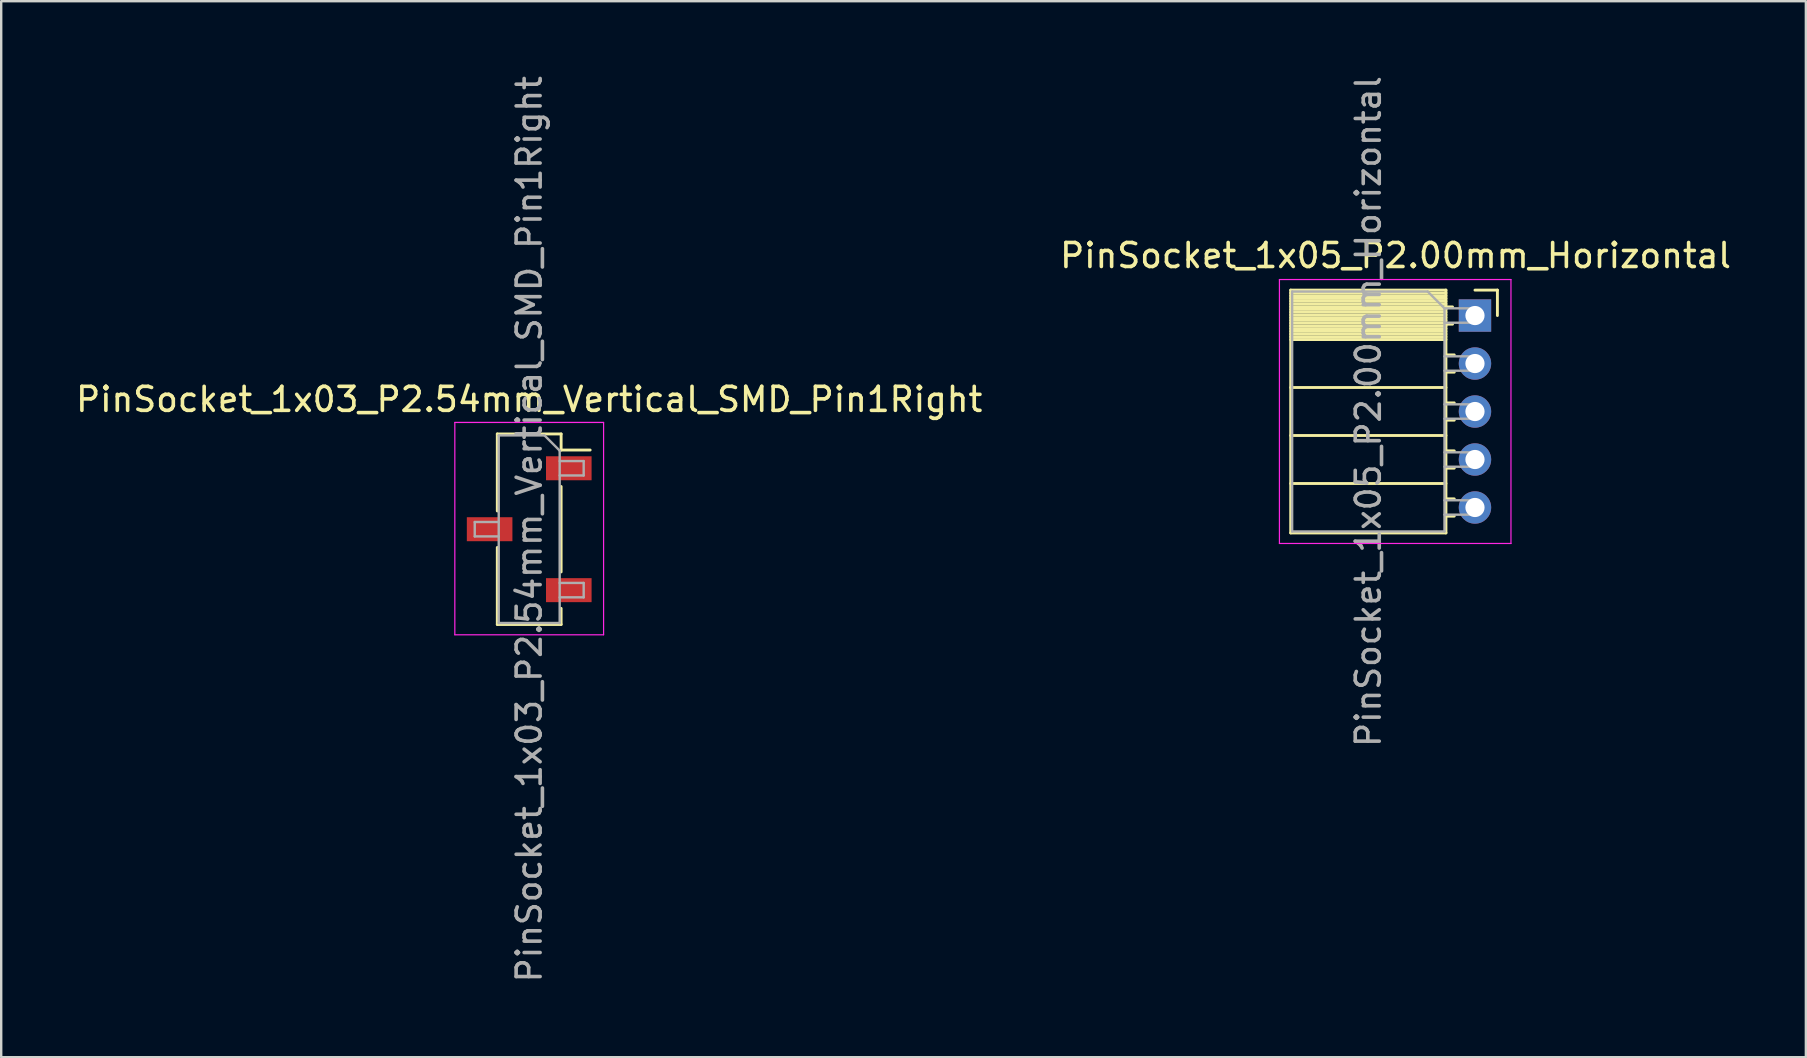
<source format=kicad_pcb>
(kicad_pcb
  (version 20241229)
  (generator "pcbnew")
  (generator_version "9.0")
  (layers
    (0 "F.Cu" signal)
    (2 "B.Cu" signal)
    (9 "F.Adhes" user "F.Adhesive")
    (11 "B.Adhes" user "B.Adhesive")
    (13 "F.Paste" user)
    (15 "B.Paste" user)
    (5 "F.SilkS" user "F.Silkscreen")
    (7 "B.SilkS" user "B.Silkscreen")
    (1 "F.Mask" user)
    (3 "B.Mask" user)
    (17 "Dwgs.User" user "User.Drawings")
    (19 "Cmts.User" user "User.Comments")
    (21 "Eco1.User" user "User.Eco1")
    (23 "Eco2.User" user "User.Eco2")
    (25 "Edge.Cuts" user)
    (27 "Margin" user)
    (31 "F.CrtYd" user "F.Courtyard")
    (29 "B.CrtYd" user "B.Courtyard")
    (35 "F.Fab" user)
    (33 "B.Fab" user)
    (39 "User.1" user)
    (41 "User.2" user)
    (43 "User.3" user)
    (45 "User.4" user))
  (footprint "PinSocket_1x03_P2.54mm_Vertical_SMD_Pin1Right"
    (layer "F.Cu")
    (at 19.006 19.006)
    (property "Reference" "PinSocket_1x03_P2.54mm_Vertical_SMD_Pin1Right" (at 0 -5.41 0) (layer "F.SilkS") (effects (font (size 1 1) (thickness 0.15))))
    (attr smd)
    (fp_line (start -1.33 -3.97) (end -1.33 -0.76) (stroke (width 0.12) (type solid)) (layer "F.SilkS"))
    (fp_line (start -1.33 -3.97) (end 1.33 -3.97) (stroke (width 0.12) (type solid)) (layer "F.SilkS"))
    (fp_line (start -1.33 0.76) (end -1.33 3.97) (stroke (width 0.12) (type solid)) (layer "F.SilkS"))
    (fp_line (start -1.33 3.97) (end 1.33 3.97) (stroke (width 0.12) (type solid)) (layer "F.SilkS"))
    (fp_line (start 1.33 -3.97) (end 1.33 -3.3) (stroke (width 0.12) (type solid)) (layer "F.SilkS"))
    (fp_line (start 1.33 -3.3) (end 2.54 -3.3) (stroke (width 0.12) (type solid)) (layer "F.SilkS"))
    (fp_line (start 1.33 -1.78) (end 1.33 1.78) (stroke (width 0.12) (type solid)) (layer "F.SilkS"))
    (fp_line (start 1.33 3.3) (end 1.33 3.97) (stroke (width 0.12) (type solid)) (layer "F.SilkS"))
    (fp_line (start -3.1 -4.45) (end 3.1 -4.45) (stroke (width 0.05) (type solid)) (layer "F.CrtYd"))
    (fp_line (start -3.1 4.4) (end -3.1 -4.45) (stroke (width 0.05) (type solid)) (layer "F.CrtYd"))
    (fp_line (start 3.1 -4.45) (end 3.1 4.4) (stroke (width 0.05) (type solid)) (layer "F.CrtYd"))
    (fp_line (start 3.1 4.4) (end -3.1 4.4) (stroke (width 0.05) (type solid)) (layer "F.CrtYd"))
    (fp_line (start -2.27 -0.3) (end -1.27 -0.3) (stroke (width 0.1) (type solid)) (layer "F.Fab"))
    (fp_line (start -2.27 0.3) (end -2.27 -0.3) (stroke (width 0.1) (type solid)) (layer "F.Fab"))
    (fp_line (start -1.27 -3.91) (end 0.635 -3.91) (stroke (width 0.1) (type solid)) (layer "F.Fab"))
    (fp_line (start -1.27 0.3) (end -2.27 0.3) (stroke (width 0.1) (type solid)) (layer "F.Fab"))
    (fp_line (start -1.27 3.91) (end -1.27 -3.91) (stroke (width 0.1) (type solid)) (layer "F.Fab"))
    (fp_line (start 0.635 -3.91) (end 1.27 -3.275) (stroke (width 0.1) (type solid)) (layer "F.Fab"))
    (fp_line (start 1.27 -3.275) (end 1.27 3.91) (stroke (width 0.1) (type solid)) (layer "F.Fab"))
    (fp_line (start 1.27 -2.84) (end 2.27 -2.84) (stroke (width 0.1) (type solid)) (layer "F.Fab"))
    (fp_line (start 1.27 2.24) (end 2.27 2.24) (stroke (width 0.1) (type solid)) (layer "F.Fab"))
    (fp_line (start 1.27 3.91) (end -1.27 3.91) (stroke (width 0.1) (type solid)) (layer "F.Fab"))
    (fp_line (start 2.27 -2.84) (end 2.27 -2.24) (stroke (width 0.1) (type solid)) (layer "F.Fab"))
    (fp_line (start 2.27 -2.24) (end 1.27 -2.24) (stroke (width 0.1) (type solid)) (layer "F.Fab"))
    (fp_line (start 2.27 2.24) (end 2.27 2.84) (stroke (width 0.1) (type solid)) (layer "F.Fab"))
    (fp_line (start 2.27 2.84) (end 1.27 2.84) (stroke (width 0.1) (type solid)) (layer "F.Fab"))
    (fp_text user "${REFERENCE}" (at 0 0 90) (layer "F.Fab") (effects (font (size 1 1) (thickness 0.15))))
    (pad "1" smd rect (at 1.65 -2.54) (size 1.9 1) (layers "F.Cu" "F.Mask" "F.Paste"))
    (pad "2" smd rect (at -1.65 0) (size 1.9 1) (layers "F.Cu" "F.Mask" "F.Paste"))
    (pad "3" smd rect (at 1.65 2.54) (size 1.9 1) (layers "F.Cu" "F.Mask" "F.Paste")))
  (footprint "PinSocket_1x05_P2.00mm_Horizontal"
    (layer "F.Cu")
    (at 58.423 10.101)
    (property "Reference" "PinSocket_1x05_P2.00mm_Horizontal" (at -3.31 -2.5 0) (layer "F.SilkS") (effects (font (size 1 1) (thickness 0.15))))
    (attr through_hole)
    (fp_line (start -7.68 -1.06) (end -7.68 9.06) (stroke (width 0.12) (type solid)) (layer "F.SilkS"))
    (fp_line (start -7.68 -1.06) (end -1.21 -1.06) (stroke (width 0.12) (type solid)) (layer "F.SilkS"))
    (fp_line (start -7.68 -0.94) (end -1.21 -0.94) (stroke (width 0.12) (type solid)) (layer "F.SilkS"))
    (fp_line (start -7.68 -0.826) (end -1.21 -0.826) (stroke (width 0.12) (type solid)) (layer "F.SilkS"))
    (fp_line (start -7.68 -0.712) (end -1.21 -0.712) (stroke (width 0.12) (type solid)) (layer "F.SilkS"))
    (fp_line (start -7.68 -0.598) (end -1.21 -0.598) (stroke (width 0.12) (type solid)) (layer "F.SilkS"))
    (fp_line (start -7.68 -0.484) (end -1.21 -0.484) (stroke (width 0.12) (type solid)) (layer "F.SilkS"))
    (fp_line (start -7.68 -0.369) (end -1.21 -0.369) (stroke (width 0.12) (type solid)) (layer "F.SilkS"))
    (fp_line (start -7.68 -0.255) (end -1.21 -0.255) (stroke (width 0.12) (type solid)) (layer "F.SilkS"))
    (fp_line (start -7.68 -0.141) (end -1.21 -0.141) (stroke (width 0.12) (type solid)) (layer "F.SilkS"))
    (fp_line (start -7.68 -0.027) (end -1.21 -0.027) (stroke (width 0.12) (type solid)) (layer "F.SilkS"))
    (fp_line (start -7.68 0.087) (end -1.21 0.087) (stroke (width 0.12) (type solid)) (layer "F.SilkS"))
    (fp_line (start -7.68 0.201) (end -1.21 0.201) (stroke (width 0.12) (type solid)) (layer "F.SilkS"))
    (fp_line (start -7.68 0.315) (end -1.21 0.315) (stroke (width 0.12) (type solid)) (layer "F.SilkS"))
    (fp_line (start -7.68 0.429) (end -1.21 0.429) (stroke (width 0.12) (type solid)) (layer "F.SilkS"))
    (fp_line (start -7.68 0.544) (end -1.21 0.544) (stroke (width 0.12) (type solid)) (layer "F.SilkS"))
    (fp_line (start -7.68 0.658) (end -1.21 0.658) (stroke (width 0.12) (type solid)) (layer "F.SilkS"))
    (fp_line (start -7.68 0.772) (end -1.21 0.772) (stroke (width 0.12) (type solid)) (layer "F.SilkS"))
    (fp_line (start -7.68 0.886) (end -1.21 0.886) (stroke (width 0.12) (type solid)) (layer "F.SilkS"))
    (fp_line (start -7.68 1) (end -1.21 1) (stroke (width 0.12) (type solid)) (layer "F.SilkS"))
    (fp_line (start -7.68 3) (end -1.21 3) (stroke (width 0.12) (type solid)) (layer "F.SilkS"))
    (fp_line (start -7.68 5) (end -1.21 5) (stroke (width 0.12) (type solid)) (layer "F.SilkS"))
    (fp_line (start -7.68 7) (end -1.21 7) (stroke (width 0.12) (type solid)) (layer "F.SilkS"))
    (fp_line (start -7.68 9.06) (end -1.21 9.06) (stroke (width 0.12) (type solid)) (layer "F.SilkS"))
    (fp_line (start -1.21 -1.06) (end -1.21 9.06) (stroke (width 0.12) (type solid)) (layer "F.SilkS"))
    (fp_line (start -1.21 -0.36) (end -0.935 -0.36) (stroke (width 0.12) (type solid)) (layer "F.SilkS"))
    (fp_line (start -1.21 0.36) (end -0.935 0.36) (stroke (width 0.12) (type solid)) (layer "F.SilkS"))
    (fp_line (start -1.21 1.64) (end -0.863 1.64) (stroke (width 0.12) (type solid)) (layer "F.SilkS"))
    (fp_line (start -1.21 2.36) (end -0.863 2.36) (stroke (width 0.12) (type solid)) (layer "F.SilkS"))
    (fp_line (start -1.21 3.64) (end -0.863 3.64) (stroke (width 0.12) (type solid)) (layer "F.SilkS"))
    (fp_line (start -1.21 4.36) (end -0.863 4.36) (stroke (width 0.12) (type solid)) (layer "F.SilkS"))
    (fp_line (start -1.21 5.64) (end -0.863 5.64) (stroke (width 0.12) (type solid)) (layer "F.SilkS"))
    (fp_line (start -1.21 6.36) (end -0.863 6.36) (stroke (width 0.12) (type solid)) (layer "F.SilkS"))
    (fp_line (start -1.21 7.64) (end -0.863 7.64) (stroke (width 0.12) (type solid)) (layer "F.SilkS"))
    (fp_line (start -1.21 8.36) (end -0.863 8.36) (stroke (width 0.12) (type solid)) (layer "F.SilkS"))
    (fp_line (start 0 -1.06) (end 0.935 -1.06) (stroke (width 0.12) (type solid)) (layer "F.SilkS"))
    (fp_line (start 0.935 -1.06) (end 0.935 0) (stroke (width 0.12) (type solid)) (layer "F.SilkS"))
    (fp_line (start -8.15 -1.5) (end -8.15 9.5) (stroke (width 0.05) (type solid)) (layer "F.CrtYd"))
    (fp_line (start -8.15 9.5) (end 1.5 9.5) (stroke (width 0.05) (type solid)) (layer "F.CrtYd"))
    (fp_line (start 1.5 -1.5) (end -8.15 -1.5) (stroke (width 0.05) (type solid)) (layer "F.CrtYd"))
    (fp_line (start 1.5 9.5) (end 1.5 -1.5) (stroke (width 0.05) (type solid)) (layer "F.CrtYd"))
    (fp_line (start -7.62 -1) (end -1.97 -1) (stroke (width 0.1) (type solid)) (layer "F.Fab"))
    (fp_line (start -7.62 9) (end -7.62 -1) (stroke (width 0.1) (type solid)) (layer "F.Fab"))
    (fp_line (start -1.97 -1) (end -1.27 -0.3) (stroke (width 0.1) (type solid)) (layer "F.Fab"))
    (fp_line (start -1.27 -0.3) (end -1.27 9) (stroke (width 0.1) (type solid)) (layer "F.Fab"))
    (fp_line (start -1.27 0.3) (end 0 0.3) (stroke (width 0.1) (type solid)) (layer "F.Fab"))
    (fp_line (start -1.27 2.3) (end 0 2.3) (stroke (width 0.1) (type solid)) (layer "F.Fab"))
    (fp_line (start -1.27 4.3) (end 0 4.3) (stroke (width 0.1) (type solid)) (layer "F.Fab"))
    (fp_line (start -1.27 6.3) (end 0 6.3) (stroke (width 0.1) (type solid)) (layer "F.Fab"))
    (fp_line (start -1.27 8.3) (end 0 8.3) (stroke (width 0.1) (type solid)) (layer "F.Fab"))
    (fp_line (start -1.27 9) (end -7.62 9) (stroke (width 0.1) (type solid)) (layer "F.Fab"))
    (fp_line (start 0 -0.3) (end -1.27 -0.3) (stroke (width 0.1) (type solid)) (layer "F.Fab"))
    (fp_line (start 0 0.3) (end 0 -0.3) (stroke (width 0.1) (type solid)) (layer "F.Fab"))
    (fp_line (start 0 1.7) (end -1.27 1.7) (stroke (width 0.1) (type solid)) (layer "F.Fab"))
    (fp_line (start 0 2.3) (end 0 1.7) (stroke (width 0.1) (type solid)) (layer "F.Fab"))
    (fp_line (start 0 3.7) (end -1.27 3.7) (stroke (width 0.1) (type solid)) (layer "F.Fab"))
    (fp_line (start 0 4.3) (end 0 3.7) (stroke (width 0.1) (type solid)) (layer "F.Fab"))
    (fp_line (start 0 5.7) (end -1.27 5.7) (stroke (width 0.1) (type solid)) (layer "F.Fab"))
    (fp_line (start 0 6.3) (end 0 5.7) (stroke (width 0.1) (type solid)) (layer "F.Fab"))
    (fp_line (start 0 7.7) (end -1.27 7.7) (stroke (width 0.1) (type solid)) (layer "F.Fab"))
    (fp_line (start 0 8.3) (end 0 7.7) (stroke (width 0.1) (type solid)) (layer "F.Fab"))
    (fp_text user "${REFERENCE}" (at -4.445 4 90) (layer "F.Fab") (effects (font (size 1 1) (thickness 0.15))))
    (pad "1" thru_hole rect (at 0 0) (size 1.35 1.35) (drill 0.8) (layers "*.Cu" "*.Mask"))
    (pad "2" thru_hole oval (at 0 2) (size 1.35 1.35) (drill 0.8) (layers "*.Cu" "*.Mask"))
    (pad "3" thru_hole oval (at 0 4) (size 1.35 1.35) (drill 0.8) (layers "*.Cu" "*.Mask"))
    (pad "4" thru_hole oval (at 0 6) (size 1.35 1.35) (drill 0.8) (layers "*.Cu" "*.Mask"))
    (pad "5" thru_hole oval (at 0 8) (size 1.35 1.35) (drill 0.8) (layers "*.Cu" "*.Mask")))
  (gr_rect
    (start -3 -3)
    (end 72.214 41.012)
    (stroke (width 0.1) (type default))
    (fill no)
    (layer "Edge.Cuts")))
</source>
